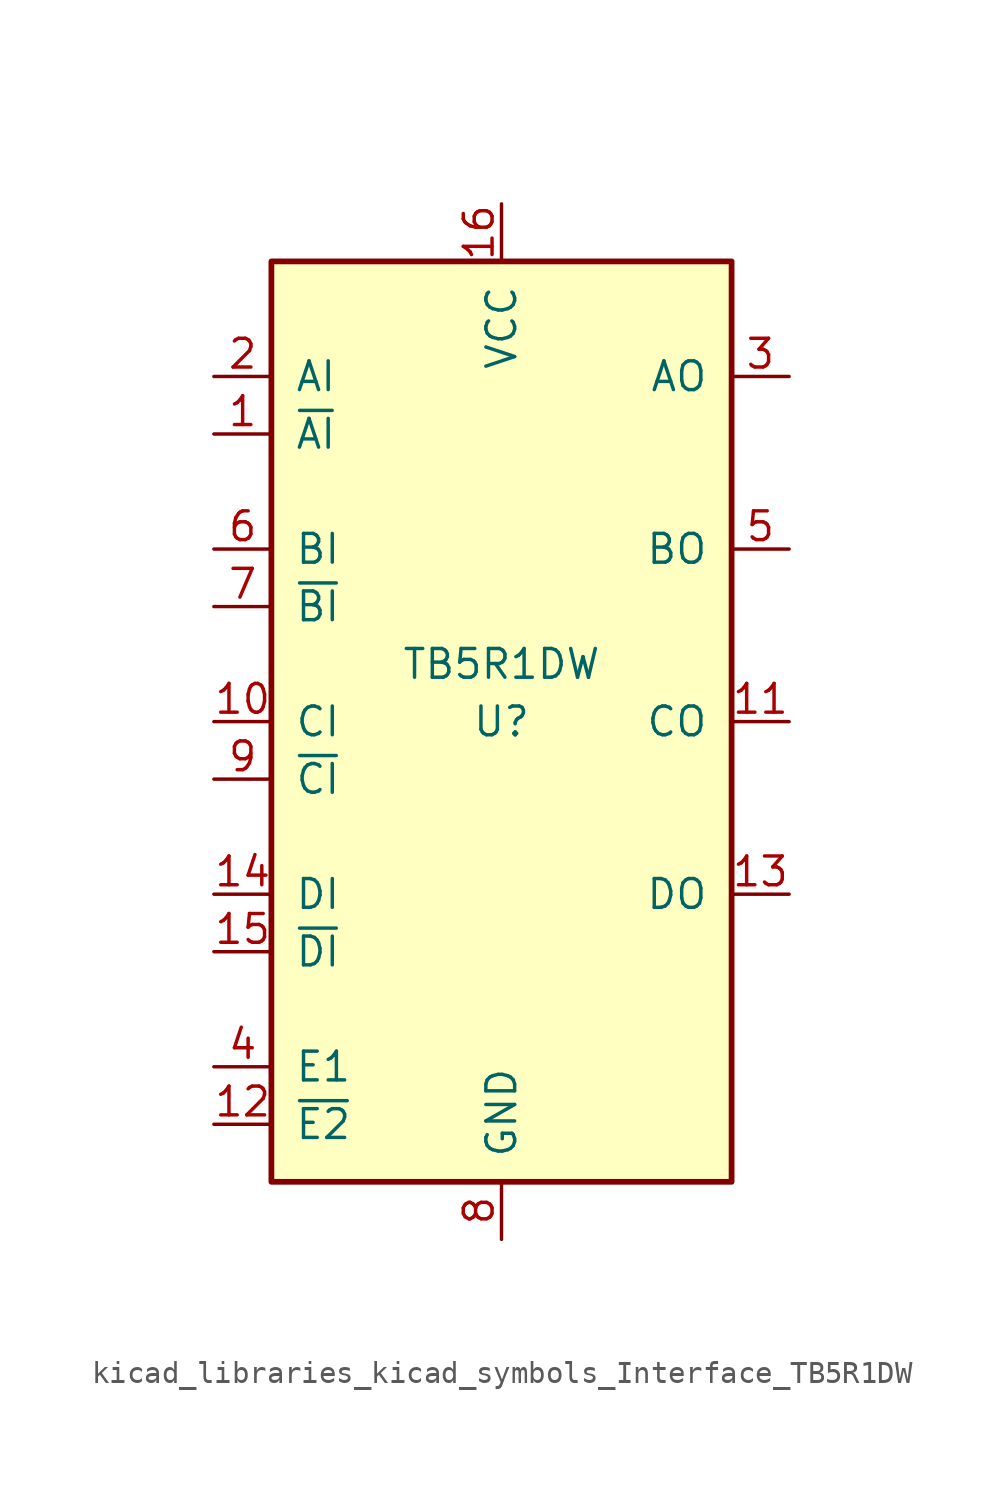
<source format=kicad_sym>
(kicad_symbol_lib
  (version 20220914)
  (generator kicad_symbol_editor)
  (symbol "kicad_libraries_kicad_symbols_Interface_TB5R1DW"
    (pin_names
      (offset 1.016))
    (property "Reference" "U"
      (at 0 0 0)
      (effects (font (size 1.27 1.27))))
    (property "Value" "TB5R1DW"
      (at 0 2.54 0)
      (effects (font (size 1.27 1.27))))
    (symbol "kicad_libraries_kicad_symbols_Interface_TB5R1DW_0_1"
      (rectangle (start 10.16 -20.32) (end -10.16 20.32) (stroke (width 0.254) (type default)) (fill (type background))))
    (symbol "kicad_libraries_kicad_symbols_Interface_TB5R1DW_1_1"
      (pin input line (at -12.7 12.7 0) (length 2.54) (name "~{AI}" (effects (font (size 1.27 1.27)))) (number "1" (effects (font (size 1.27 1.27)))))
      (pin input line (at -12.7 0 0) (length 2.54) (name "CI" (effects (font (size 1.27 1.27)))) (number "10" (effects (font (size 1.27 1.27)))))
      (pin output line (at 12.7 0 180) (length 2.54) (name "CO" (effects (font (size 1.27 1.27)))) (number "11" (effects (font (size 1.27 1.27)))))
      (pin input line (at -12.7 -17.78 0) (length 2.54) (name "~{E2}" (effects (font (size 1.27 1.27)))) (number "12" (effects (font (size 1.27 1.27)))))
      (pin output line (at 12.7 -7.62 180) (length 2.54) (name "DO" (effects (font (size 1.27 1.27)))) (number "13" (effects (font (size 1.27 1.27)))))
      (pin input line (at -12.7 -7.62 0) (length 2.54) (name "DI" (effects (font (size 1.27 1.27)))) (number "14" (effects (font (size 1.27 1.27)))))
      (pin input line (at -12.7 -10.16 0) (length 2.54) (name "~{DI}" (effects (font (size 1.27 1.27)))) (number "15" (effects (font (size 1.27 1.27)))))
      (pin power_in line (at 0 22.86 270) (length 2.54) (name "VCC" (effects (font (size 1.27 1.27)))) (number "16" (effects (font (size 1.27 1.27)))))
      (pin input line (at -12.7 15.24 0) (length 2.54) (name "AI" (effects (font (size 1.27 1.27)))) (number "2" (effects (font (size 1.27 1.27)))))
      (pin output line (at 12.7 15.24 180) (length 2.54) (name "AO" (effects (font (size 1.27 1.27)))) (number "3" (effects (font (size 1.27 1.27)))))
      (pin input line (at -12.7 -15.24 0) (length 2.54) (name "E1" (effects (font (size 1.27 1.27)))) (number "4" (effects (font (size 1.27 1.27)))))
      (pin output line (at 12.7 7.62 180) (length 2.54) (name "BO" (effects (font (size 1.27 1.27)))) (number "5" (effects (font (size 1.27 1.27)))))
      (pin input line (at -12.7 7.62 0) (length 2.54) (name "BI" (effects (font (size 1.27 1.27)))) (number "6" (effects (font (size 1.27 1.27)))))
      (pin input line (at -12.7 5.08 0) (length 2.54) (name "~{BI}" (effects (font (size 1.27 1.27)))) (number "7" (effects (font (size 1.27 1.27)))))
      (pin power_in line (at 0 -22.86 90) (length 2.54) (name "GND" (effects (font (size 1.27 1.27)))) (number "8" (effects (font (size 1.27 1.27)))))
      (pin input line (at -12.7 -2.54 0) (length 2.54) (name "~{CI}" (effects (font (size 1.27 1.27)))) (number "9" (effects (font (size 1.27 1.27))))))))
</source>
